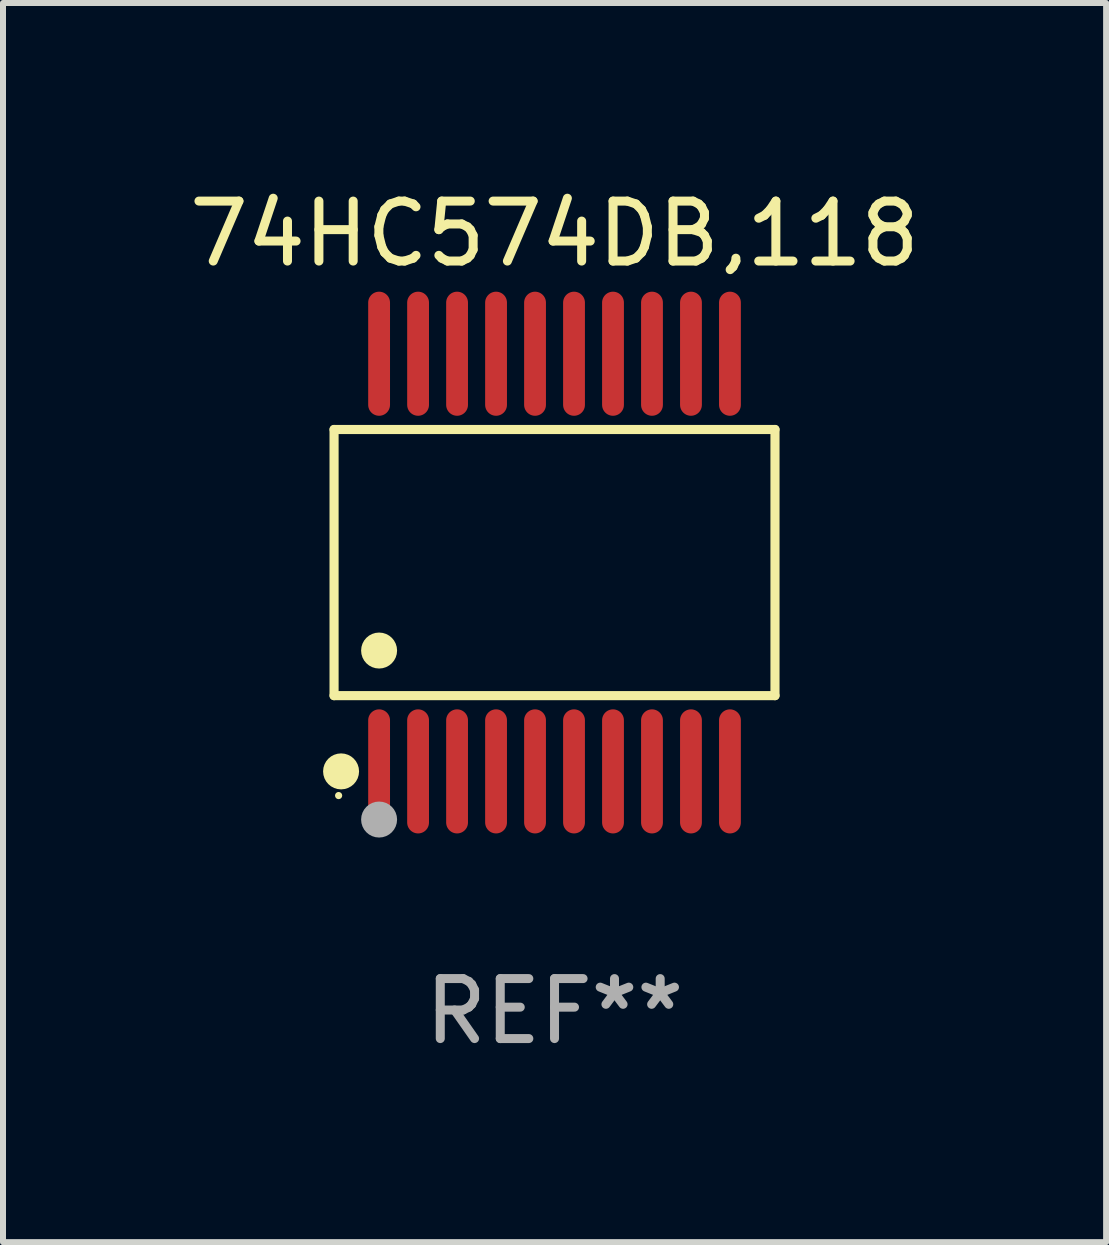
<source format=kicad_pcb>
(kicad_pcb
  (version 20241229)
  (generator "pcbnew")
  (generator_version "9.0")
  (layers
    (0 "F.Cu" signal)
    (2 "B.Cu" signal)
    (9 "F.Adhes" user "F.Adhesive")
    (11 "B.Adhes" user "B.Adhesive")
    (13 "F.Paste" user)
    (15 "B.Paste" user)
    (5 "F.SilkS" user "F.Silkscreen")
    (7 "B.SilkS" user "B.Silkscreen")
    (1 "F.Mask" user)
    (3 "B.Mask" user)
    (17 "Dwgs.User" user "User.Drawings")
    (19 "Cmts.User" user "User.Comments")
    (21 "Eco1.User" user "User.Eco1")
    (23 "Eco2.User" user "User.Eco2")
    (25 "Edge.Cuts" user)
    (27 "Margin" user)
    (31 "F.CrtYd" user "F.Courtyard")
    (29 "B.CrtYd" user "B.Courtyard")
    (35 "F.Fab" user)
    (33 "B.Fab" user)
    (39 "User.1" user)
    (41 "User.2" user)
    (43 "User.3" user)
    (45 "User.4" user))
  (footprint "74HC574DB,118"
    (layer "F.Cu")
    (at 6.196 6.33)
    (property "Reference" "74HC574DB,118" (at 0 -5.482 0) (layer "F.SilkS") (effects (font (size 1 1) (thickness 0.15))))
    (attr through_hole)
    (fp_line (start -3.676 -2.219) (end 3.676 -2.219) (stroke (width 0.152) (type solid)) (layer "F.SilkS"))
    (fp_line (start -3.676 2.219) (end -3.676 -2.219) (stroke (width 0.152) (type solid)) (layer "F.SilkS"))
    (fp_line (start 3.676 -2.219) (end 3.676 2.219) (stroke (width 0.152) (type solid)) (layer "F.SilkS"))
    (fp_line (start 3.676 2.219) (end -3.676 2.219) (stroke (width 0.152) (type solid)) (layer "F.SilkS"))
    (fp_circle (center -3.6 3.885) (end -3.57 3.885) (stroke (width 0.06) (type solid)) (fill no) (layer "F.SilkS"))
    (fp_circle (center -3.559 3.482) (end -3.409 3.482) (stroke (width 0.3) (type solid)) (fill no) (layer "F.SilkS"))
    (fp_circle (center -2.925 1.467) (end -2.775 1.467) (stroke (width 0.3) (type solid)) (fill no) (layer "F.SilkS"))
    (fp_circle (center -2.925 4.285) (end -2.775 4.285) (stroke (width 0.3) (type solid)) (fill no) (layer "F.Fab"))
    (fp_text user "REF**" (at 0 7.482 0) (layer "F.Fab") (effects (font (size 1 1) (thickness 0.15))))
    (pad "1" smd oval (at -2.925 3.482) (size 0.364 2.069) (layers "F.Cu" "F.Mask" "F.Paste"))
    (pad "2" smd oval (at -2.275 3.482) (size 0.364 2.069) (layers "F.Cu" "F.Mask" "F.Paste"))
    (pad "3" smd oval (at -1.625 3.482) (size 0.364 2.069) (layers "F.Cu" "F.Mask" "F.Paste"))
    (pad "4" smd oval (at -0.975 3.482) (size 0.364 2.069) (layers "F.Cu" "F.Mask" "F.Paste"))
    (pad "5" smd oval (at -0.325 3.482) (size 0.364 2.069) (layers "F.Cu" "F.Mask" "F.Paste"))
    (pad "6" smd oval (at 0.325 3.482) (size 0.364 2.069) (layers "F.Cu" "F.Mask" "F.Paste"))
    (pad "7" smd oval (at 0.975 3.482) (size 0.364 2.069) (layers "F.Cu" "F.Mask" "F.Paste"))
    (pad "8" smd oval (at 1.625 3.482) (size 0.364 2.069) (layers "F.Cu" "F.Mask" "F.Paste"))
    (pad "9" smd oval (at 2.275 3.482) (size 0.364 2.069) (layers "F.Cu" "F.Mask" "F.Paste"))
    (pad "10" smd oval (at 2.925 3.482) (size 0.364 2.069) (layers "F.Cu" "F.Mask" "F.Paste"))
    (pad "11" smd oval (at 2.925 -3.482) (size 0.364 2.069) (layers "F.Cu" "F.Mask" "F.Paste"))
    (pad "12" smd oval (at 2.275 -3.482) (size 0.364 2.069) (layers "F.Cu" "F.Mask" "F.Paste"))
    (pad "13" smd oval (at 1.625 -3.482) (size 0.364 2.069) (layers "F.Cu" "F.Mask" "F.Paste"))
    (pad "14" smd oval (at 0.975 -3.482) (size 0.364 2.069) (layers "F.Cu" "F.Mask" "F.Paste"))
    (pad "15" smd oval (at 0.325 -3.482) (size 0.364 2.069) (layers "F.Cu" "F.Mask" "F.Paste"))
    (pad "16" smd oval (at -0.325 -3.482) (size 0.364 2.069) (layers "F.Cu" "F.Mask" "F.Paste"))
    (pad "17" smd oval (at -0.975 -3.482) (size 0.364 2.069) (layers "F.Cu" "F.Mask" "F.Paste"))
    (pad "18" smd oval (at -1.625 -3.482) (size 0.364 2.069) (layers "F.Cu" "F.Mask" "F.Paste"))
    (pad "19" smd oval (at -2.275 -3.482) (size 0.364 2.069) (layers "F.Cu" "F.Mask" "F.Paste"))
    (pad "20" smd oval (at -2.925 -3.482) (size 0.364 2.069) (layers "F.Cu" "F.Mask" "F.Paste")))
  (gr_rect
    (start -3 -3)
    (end 15.393 17.661)
    (stroke (width 0.1) (type default))
    (fill no)
    (layer "Edge.Cuts")))
</source>
